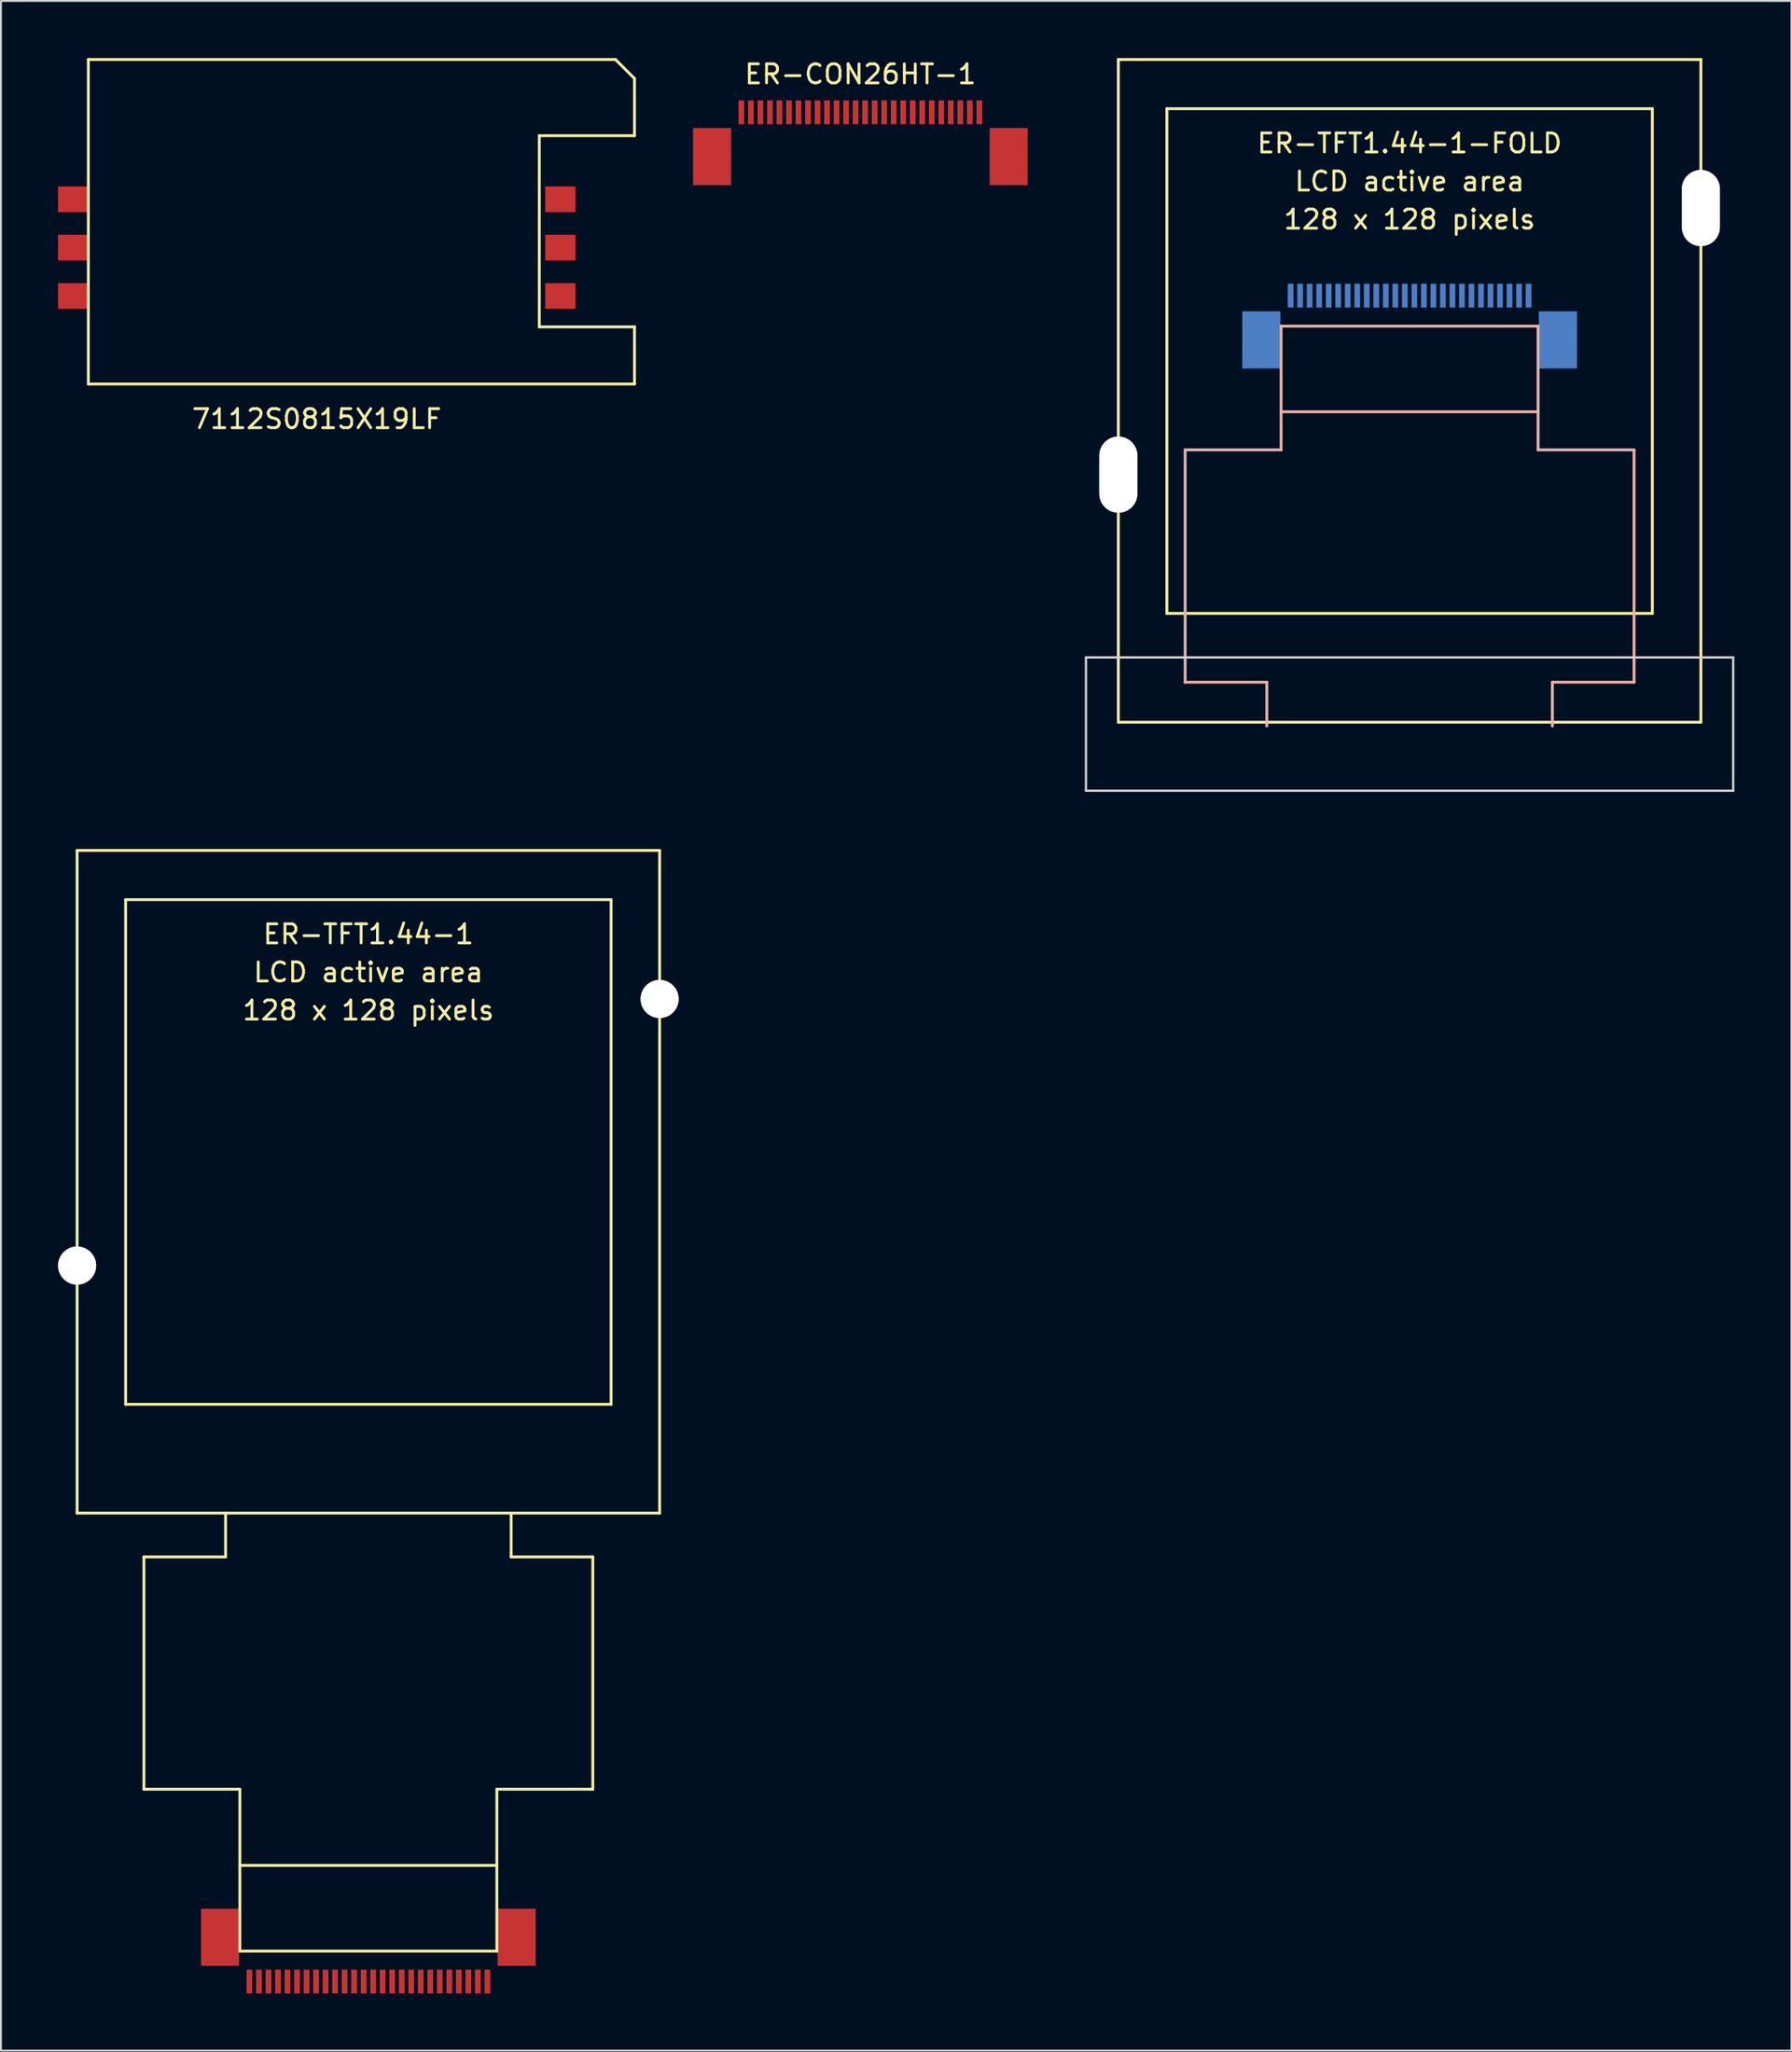
<source format=kicad_pcb>
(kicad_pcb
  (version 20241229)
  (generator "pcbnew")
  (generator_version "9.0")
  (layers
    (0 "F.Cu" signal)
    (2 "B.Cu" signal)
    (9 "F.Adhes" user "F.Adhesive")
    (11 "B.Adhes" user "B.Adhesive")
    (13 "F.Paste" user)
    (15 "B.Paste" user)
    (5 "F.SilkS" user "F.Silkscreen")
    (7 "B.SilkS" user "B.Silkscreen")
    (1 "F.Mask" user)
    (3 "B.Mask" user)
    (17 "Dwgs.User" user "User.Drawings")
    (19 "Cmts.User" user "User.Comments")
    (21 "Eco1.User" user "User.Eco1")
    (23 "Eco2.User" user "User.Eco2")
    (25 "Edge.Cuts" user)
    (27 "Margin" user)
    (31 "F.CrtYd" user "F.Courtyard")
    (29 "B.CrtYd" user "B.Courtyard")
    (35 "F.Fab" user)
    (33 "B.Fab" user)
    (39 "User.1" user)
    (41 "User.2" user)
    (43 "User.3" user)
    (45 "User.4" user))
  (footprint "ER-TFT1.44-1"
    (layer "F.Cu")
    (at 16.3 59.01)
    (property "Reference" "ER-TFT1.44-1" (at 0 -13 0) (layer "F.SilkS") (effects (font (size 1 1) (thickness 0.15))))
    (attr through_hole)
    (fp_line (start -15.3 -17.4) (end -15.3 17.4) (stroke (width 0.15) (type solid)) (layer "F.SilkS"))
    (fp_line (start -15.3 -17.4) (end 15.3 -17.4) (stroke (width 0.15) (type solid)) (layer "F.SilkS"))
    (fp_line (start -15.3 17.4) (end 15.3 17.4) (stroke (width 0.15) (type solid)) (layer "F.SilkS"))
    (fp_line (start -12.75 -14.815) (end -12.75 11.685) (stroke (width 0.15) (type solid)) (layer "F.SilkS"))
    (fp_line (start -12.75 -14.815) (end 12.75 -14.815) (stroke (width 0.15) (type solid)) (layer "F.SilkS"))
    (fp_line (start -12.75 11.685) (end 12.75 11.685) (stroke (width 0.15) (type solid)) (layer "F.SilkS"))
    (fp_line (start -11.79 19.7) (end -11.79 31.9) (stroke (width 0.15) (type solid)) (layer "F.SilkS"))
    (fp_line (start -11.79 19.7) (end -7.5 19.7) (stroke (width 0.15) (type solid)) (layer "F.SilkS"))
    (fp_line (start -11.79 31.9) (end -6.75 31.9) (stroke (width 0.15) (type solid)) (layer "F.SilkS"))
    (fp_line (start -7.5 17.4) (end -7.5 19.7) (stroke (width 0.15) (type solid)) (layer "F.SilkS"))
    (fp_line (start -6.75 31.9) (end -6.75 40.4) (stroke (width 0.15) (type solid)) (layer "F.SilkS"))
    (fp_line (start -6.75 35.9) (end 6.75 35.9) (stroke (width 0.15) (type solid)) (layer "F.SilkS"))
    (fp_line (start -6.75 40.4) (end 6.75 40.4) (stroke (width 0.15) (type solid)) (layer "F.SilkS"))
    (fp_line (start 6.75 31.9) (end 6.75 40.4) (stroke (width 0.15) (type solid)) (layer "F.SilkS"))
    (fp_line (start 6.75 31.9) (end 11.79 31.9) (stroke (width 0.15) (type solid)) (layer "F.SilkS"))
    (fp_line (start 7.5 17.4) (end 7.5 19.7) (stroke (width 0.15) (type solid)) (layer "F.SilkS"))
    (fp_line (start 7.5 19.7) (end 11.79 19.7) (stroke (width 0.15) (type solid)) (layer "F.SilkS"))
    (fp_line (start 11.79 19.7) (end 11.79 31.9) (stroke (width 0.15) (type solid)) (layer "F.SilkS"))
    (fp_line (start 12.75 -14.815) (end 12.75 11.685) (stroke (width 0.15) (type solid)) (layer "F.SilkS"))
    (fp_line (start 15.3 -17.4) (end 15.3 17.4) (stroke (width 0.15) (type solid)) (layer "F.SilkS"))
    (fp_text user "128 x 128 pixels" (at 0 -9 0) (layer "F.SilkS") (effects (font (size 1 1) (thickness 0.15))))
    (fp_text user "LCD active area" (at 0 -11 0) (layer "F.SilkS") (effects (font (size 1 1) (thickness 0.15))))
    (pad "" thru_hole circle (at -15.3 4.4) (size 2 2) (drill 2) (layers "*.Cu" "*.Mask"))
    (pad "" smd rect (at -7.79 39.675) (size 2 3) (layers "F.Cu" "F.Mask" "F.Paste"))
    (pad "" smd rect (at 7.79 39.675) (size 2 3) (layers "F.Cu" "F.Mask" "F.Paste"))
    (pad "" thru_hole circle (at 15.3 -9.6) (size 2 2) (drill 2) (layers "*.Cu" "*.Mask"))
    (pad "1" smd rect (at -6.25 42) (size 0.3 1.25) (layers "F.Cu" "F.Mask" "F.Paste"))
    (pad "2" smd rect (at -5.75 42) (size 0.3 1.25) (layers "F.Cu" "F.Mask" "F.Paste"))
    (pad "3" smd rect (at -5.25 42) (size 0.3 1.25) (layers "F.Cu" "F.Mask" "F.Paste"))
    (pad "4" smd rect (at -4.75 42) (size 0.3 1.25) (layers "F.Cu" "F.Mask" "F.Paste"))
    (pad "5" smd rect (at -4.25 42) (size 0.3 1.25) (layers "F.Cu" "F.Mask" "F.Paste"))
    (pad "6" smd rect (at -3.75 42) (size 0.3 1.25) (layers "F.Cu" "F.Mask" "F.Paste"))
    (pad "7" smd rect (at -3.25 42) (size 0.3 1.25) (layers "F.Cu" "F.Mask" "F.Paste"))
    (pad "8" smd rect (at -2.75 42) (size 0.3 1.25) (layers "F.Cu" "F.Mask" "F.Paste"))
    (pad "9" smd rect (at -2.25 42) (size 0.3 1.25) (layers "F.Cu" "F.Mask" "F.Paste"))
    (pad "10" smd rect (at -1.75 42) (size 0.3 1.25) (layers "F.Cu" "F.Mask" "F.Paste"))
    (pad "11" smd rect (at -1.25 42) (size 0.3 1.25) (layers "F.Cu" "F.Mask" "F.Paste"))
    (pad "12" smd rect (at -0.75 42) (size 0.3 1.25) (layers "F.Cu" "F.Mask" "F.Paste"))
    (pad "13" smd rect (at -0.25 42) (size 0.3 1.25) (layers "F.Cu" "F.Mask" "F.Paste"))
    (pad "14" smd rect (at 0.25 42) (size 0.3 1.25) (layers "F.Cu" "F.Mask" "F.Paste"))
    (pad "15" smd rect (at 0.75 42) (size 0.3 1.25) (layers "F.Cu" "F.Mask" "F.Paste"))
    (pad "16" smd rect (at 1.25 42) (size 0.3 1.25) (layers "F.Cu" "F.Mask" "F.Paste"))
    (pad "17" smd rect (at 1.75 42) (size 0.3 1.25) (layers "F.Cu" "F.Mask" "F.Paste"))
    (pad "18" smd rect (at 2.25 42) (size 0.3 1.25) (layers "F.Cu" "F.Mask" "F.Paste"))
    (pad "19" smd rect (at 2.75 42) (size 0.3 1.25) (layers "F.Cu" "F.Mask" "F.Paste"))
    (pad "20" smd rect (at 3.25 42) (size 0.3 1.25) (layers "F.Cu" "F.Mask" "F.Paste"))
    (pad "21" smd rect (at 3.75 42) (size 0.3 1.25) (layers "F.Cu" "F.Mask" "F.Paste"))
    (pad "22" smd rect (at 4.25 42) (size 0.3 1.25) (layers "F.Cu" "F.Mask" "F.Paste"))
    (pad "23" smd rect (at 4.75 42) (size 0.3 1.25) (layers "F.Cu" "F.Mask" "F.Paste"))
    (pad "24" smd rect (at 5.25 42) (size 0.3 1.25) (layers "F.Cu" "F.Mask" "F.Paste"))
    (pad "25" smd rect (at 5.75 42) (size 0.3 1.25) (layers "F.Cu" "F.Mask" "F.Paste"))
    (pad "26" smd rect (at 6.25 42) (size 0.3 1.25) (layers "F.Cu" "F.Mask" "F.Paste")))
  (footprint "ER-TFT1.44-1-FOLD"
    (layer "F.Cu")
    (at 70.995 17.475)
    (property "Reference" "ER-TFT1.44-1-FOLD" (at 0 -13 0) (layer "F.SilkS") (effects (font (size 1 1) (thickness 0.15))))
    (attr through_hole)
    (fp_line (start -15.3 -17.4) (end -15.3 17.4) (stroke (width 0.15) (type solid)) (layer "F.SilkS"))
    (fp_line (start -15.3 -17.4) (end 15.3 -17.4) (stroke (width 0.15) (type solid)) (layer "F.SilkS"))
    (fp_line (start -15.3 17.4) (end 15.3 17.4) (stroke (width 0.15) (type solid)) (layer "F.SilkS"))
    (fp_line (start -12.75 -14.815) (end -12.75 11.685) (stroke (width 0.15) (type solid)) (layer "F.SilkS"))
    (fp_line (start -12.75 -14.815) (end 12.75 -14.815) (stroke (width 0.15) (type solid)) (layer "F.SilkS"))
    (fp_line (start -12.75 11.685) (end 12.75 11.685) (stroke (width 0.15) (type solid)) (layer "F.SilkS"))
    (fp_line (start 12.75 -14.815) (end 12.75 11.685) (stroke (width 0.15) (type solid)) (layer "F.SilkS"))
    (fp_line (start 15.3 -17.4) (end 15.3 17.4) (stroke (width 0.15) (type solid)) (layer "F.SilkS"))
    (fp_line (start -11.79 3.1) (end -6.75 3.1) (stroke (width 0.15) (type solid)) (layer "B.SilkS"))
    (fp_line (start -11.79 15.3) (end -11.79 3.1) (stroke (width 0.15) (type solid)) (layer "B.SilkS"))
    (fp_line (start -11.79 15.3) (end -7.5 15.3) (stroke (width 0.15) (type solid)) (layer "B.SilkS"))
    (fp_line (start -7.5 17.6) (end -7.5 15.3) (stroke (width 0.15) (type solid)) (layer "B.SilkS"))
    (fp_line (start -6.75 -3.4) (end 6.75 -3.4) (stroke (width 0.15) (type solid)) (layer "B.SilkS"))
    (fp_line (start -6.75 1.1) (end 6.75 1.1) (stroke (width 0.15) (type solid)) (layer "B.SilkS"))
    (fp_line (start -6.75 3.1) (end -6.75 -3.4) (stroke (width 0.15) (type solid)) (layer "B.SilkS"))
    (fp_line (start 6.75 3.1) (end 6.75 -3.4) (stroke (width 0.15) (type solid)) (layer "B.SilkS"))
    (fp_line (start 6.75 3.1) (end 11.79 3.1) (stroke (width 0.15) (type solid)) (layer "B.SilkS"))
    (fp_line (start 7.5 15.3) (end 11.79 15.3) (stroke (width 0.15) (type solid)) (layer "B.SilkS"))
    (fp_line (start 7.5 17.6) (end 7.5 15.3) (stroke (width 0.15) (type solid)) (layer "B.SilkS"))
    (fp_line (start 11.79 15.3) (end 11.79 3.1) (stroke (width 0.15) (type solid)) (layer "B.SilkS"))
    (fp_line (start -17 14) (end -17 21) (stroke (width 0.12) (type solid)) (layer "Edge.Cuts"))
    (fp_line (start -17 21) (end 17 21) (stroke (width 0.12) (type solid)) (layer "Edge.Cuts"))
    (fp_line (start 17 14) (end -17 14) (stroke (width 0.12) (type solid)) (layer "Edge.Cuts"))
    (fp_line (start 17 21) (end 17 14) (stroke (width 0.12) (type solid)) (layer "Edge.Cuts"))
    (fp_text user "LCD active area" (at 0 -11 0) (layer "F.SilkS") (effects (font (size 1 1) (thickness 0.15))))
    (fp_text user "128 x 128 pixels" (at 0 -9 0) (layer "F.SilkS") (effects (font (size 1 1) (thickness 0.15))))
    (pad "" thru_hole oval (at -15.3 4.4) (size 2 4) (drill oval 2 4) (layers "*.Cu" "*.Mask"))
    (pad "" smd rect (at -7.79 -2.675) (size 2 3) (layers "B.Cu" "B.Mask" "B.Paste"))
    (pad "" smd rect (at 7.79 -2.675) (size 2 3) (layers "B.Cu" "B.Mask" "B.Paste"))
    (pad "" thru_hole oval (at 15.3 -9.6) (size 2 4) (drill oval 2 4) (layers "*.Cu" "*.Mask"))
    (pad "1" smd rect (at -6.25 -5) (size 0.3 1.25) (layers "B.Cu" "B.Mask" "B.Paste"))
    (pad "2" smd rect (at -5.75 -5) (size 0.3 1.25) (layers "B.Cu" "B.Mask" "B.Paste"))
    (pad "3" smd rect (at -5.25 -5) (size 0.3 1.25) (layers "B.Cu" "B.Mask" "B.Paste"))
    (pad "4" smd rect (at -4.75 -5) (size 0.3 1.25) (layers "B.Cu" "B.Mask" "B.Paste"))
    (pad "5" smd rect (at -4.25 -5) (size 0.3 1.25) (layers "B.Cu" "B.Mask" "B.Paste"))
    (pad "6" smd rect (at -3.75 -5) (size 0.3 1.25) (layers "B.Cu" "B.Mask" "B.Paste"))
    (pad "7" smd rect (at -3.25 -5) (size 0.3 1.25) (layers "B.Cu" "B.Mask" "B.Paste"))
    (pad "8" smd rect (at -2.75 -5) (size 0.3 1.25) (layers "B.Cu" "B.Mask" "B.Paste"))
    (pad "9" smd rect (at -2.25 -5) (size 0.3 1.25) (layers "B.Cu" "B.Mask" "B.Paste"))
    (pad "10" smd rect (at -1.75 -5) (size 0.3 1.25) (layers "B.Cu" "B.Mask" "B.Paste"))
    (pad "11" smd rect (at -1.25 -5) (size 0.3 1.25) (layers "B.Cu" "B.Mask" "B.Paste"))
    (pad "12" smd rect (at -0.75 -5) (size 0.3 1.25) (layers "B.Cu" "B.Mask" "B.Paste"))
    (pad "13" smd rect (at -0.25 -5) (size 0.3 1.25) (layers "B.Cu" "B.Mask" "B.Paste"))
    (pad "14" smd rect (at 0.25 -5) (size 0.3 1.25) (layers "B.Cu" "B.Mask" "B.Paste"))
    (pad "15" smd rect (at 0.75 -5) (size 0.3 1.25) (layers "B.Cu" "B.Mask" "B.Paste"))
    (pad "16" smd rect (at 1.25 -5) (size 0.3 1.25) (layers "B.Cu" "B.Mask" "B.Paste"))
    (pad "17" smd rect (at 1.75 -5) (size 0.3 1.25) (layers "B.Cu" "B.Mask" "B.Paste"))
    (pad "18" smd rect (at 2.25 -5) (size 0.3 1.25) (layers "B.Cu" "B.Mask" "B.Paste"))
    (pad "19" smd rect (at 2.75 -5) (size 0.3 1.25) (layers "B.Cu" "B.Mask" "B.Paste"))
    (pad "20" smd rect (at 3.25 -5) (size 0.3 1.25) (layers "B.Cu" "B.Mask" "B.Paste"))
    (pad "21" smd rect (at 3.75 -5) (size 0.3 1.25) (layers "B.Cu" "B.Mask" "B.Paste"))
    (pad "22" smd rect (at 4.25 -5) (size 0.3 1.25) (layers "B.Cu" "B.Mask" "B.Paste"))
    (pad "23" smd rect (at 4.75 -5) (size 0.3 1.25) (layers "B.Cu" "B.Mask" "B.Paste"))
    (pad "24" smd rect (at 5.25 -5) (size 0.3 1.25) (layers "B.Cu" "B.Mask" "B.Paste"))
    (pad "25" smd rect (at 5.75 -5) (size 0.3 1.25) (layers "B.Cu" "B.Mask" "B.Paste"))
    (pad "26" smd rect (at 6.25 -5) (size 0.3 1.25) (layers "B.Cu" "B.Mask" "B.Paste")))
  (footprint "7112S0815X19LF"
    (layer "F.Cu")
    (at 13.59 9.955)
    (property "Reference" "7112S0815X19LF" (at 0 9 0) (layer "F.SilkS") (effects (font (size 1 1) (thickness 0.15))))
    (attr through_hole)
    (fp_line (start -12 -9.88) (end -12 7.16) (stroke (width 0.15) (type solid)) (layer "F.SilkS"))
    (fp_line (start -12 -9.88) (end 15.69 -9.88) (stroke (width 0.15) (type solid)) (layer "F.SilkS"))
    (fp_line (start -12 7.16) (end 16.69 7.16) (stroke (width 0.15) (type solid)) (layer "F.SilkS"))
    (fp_line (start 11.69 4.16) (end 11.69 -5.88) (stroke (width 0.15) (type solid)) (layer "F.SilkS"))
    (fp_line (start 11.69 4.16) (end 16.69 4.16) (stroke (width 0.15) (type solid)) (layer "F.SilkS"))
    (fp_line (start 16.69 -8.88) (end 15.69 -9.88) (stroke (width 0.15) (type solid)) (layer "F.SilkS"))
    (fp_line (start 16.69 -8.88) (end 16.69 -5.88) (stroke (width 0.15) (type solid)) (layer "F.SilkS"))
    (fp_line (start 16.69 -5.88) (end 11.69 -5.88) (stroke (width 0.15) (type solid)) (layer "F.SilkS"))
    (fp_line (start 16.69 4.16) (end 16.69 7.16) (stroke (width 0.15) (type solid)) (layer "F.SilkS"))
    (pad "1" smd rect (at -12.795 2.54) (size 1.59 1.35) (layers "F.Cu" "F.Mask" "F.Paste"))
    (pad "2" smd rect (at -12.795 0) (size 1.59 1.35) (layers "F.Cu" "F.Mask" "F.Paste"))
    (pad "3" smd rect (at -12.795 -2.54) (size 1.59 1.35) (layers "F.Cu" "F.Mask" "F.Paste"))
    (pad "5" smd rect (at 12.795 2.54) (size 1.59 1.35) (layers "F.Cu" "F.Mask" "F.Paste"))
    (pad "6" smd rect (at 12.795 0) (size 1.59 1.35) (layers "F.Cu" "F.Mask" "F.Paste"))
    (pad "7" smd rect (at 12.795 -2.54) (size 1.59 1.35) (layers "F.Cu" "F.Mask" "F.Paste")))
  (footprint "ER-CON26HT-1"
    (layer "F.Cu")
    (at 42.145 2.848)
    (property "Reference" "ER-CON26HT-1" (at 0 -2 0) (layer "F.SilkS") (effects (font (size 1 1) (thickness 0.15))))
    (attr through_hole)
    (pad "" smd rect (at -7.79 2.325) (size 2 3) (layers "F.Cu" "F.Mask" "F.Paste"))
    (pad "" smd rect (at 7.79 2.325) (size 2 3) (layers "F.Cu" "F.Mask" "F.Paste"))
    (pad "1" smd rect (at -6.25 0) (size 0.3 1.25) (layers "F.Cu" "F.Mask" "F.Paste"))
    (pad "2" smd rect (at -5.75 0) (size 0.3 1.25) (layers "F.Cu" "F.Mask" "F.Paste"))
    (pad "3" smd rect (at -5.25 0) (size 0.3 1.25) (layers "F.Cu" "F.Mask" "F.Paste"))
    (pad "4" smd rect (at -4.75 0) (size 0.3 1.25) (layers "F.Cu" "F.Mask" "F.Paste"))
    (pad "5" smd rect (at -4.25 0) (size 0.3 1.25) (layers "F.Cu" "F.Mask" "F.Paste"))
    (pad "6" smd rect (at -3.75 0) (size 0.3 1.25) (layers "F.Cu" "F.Mask" "F.Paste"))
    (pad "7" smd rect (at -3.25 0) (size 0.3 1.25) (layers "F.Cu" "F.Mask" "F.Paste"))
    (pad "8" smd rect (at -2.75 0) (size 0.3 1.25) (layers "F.Cu" "F.Mask" "F.Paste"))
    (pad "9" smd rect (at -2.25 0) (size 0.3 1.25) (layers "F.Cu" "F.Mask" "F.Paste"))
    (pad "10" smd rect (at -1.75 0) (size 0.3 1.25) (layers "F.Cu" "F.Mask" "F.Paste"))
    (pad "11" smd rect (at -1.25 0) (size 0.3 1.25) (layers "F.Cu" "F.Mask" "F.Paste"))
    (pad "12" smd rect (at -0.75 0) (size 0.3 1.25) (layers "F.Cu" "F.Mask" "F.Paste"))
    (pad "13" smd rect (at -0.25 0) (size 0.3 1.25) (layers "F.Cu" "F.Mask" "F.Paste"))
    (pad "14" smd rect (at 0.25 0) (size 0.3 1.25) (layers "F.Cu" "F.Mask" "F.Paste"))
    (pad "15" smd rect (at 0.75 0) (size 0.3 1.25) (layers "F.Cu" "F.Mask" "F.Paste"))
    (pad "16" smd rect (at 1.25 0) (size 0.3 1.25) (layers "F.Cu" "F.Mask" "F.Paste"))
    (pad "17" smd rect (at 1.75 0) (size 0.3 1.25) (layers "F.Cu" "F.Mask" "F.Paste"))
    (pad "18" smd rect (at 2.25 0) (size 0.3 1.25) (layers "F.Cu" "F.Mask" "F.Paste"))
    (pad "19" smd rect (at 2.75 0) (size 0.3 1.25) (layers "F.Cu" "F.Mask" "F.Paste"))
    (pad "20" smd rect (at 3.25 0) (size 0.3 1.25) (layers "F.Cu" "F.Mask" "F.Paste"))
    (pad "21" smd rect (at 3.75 0) (size 0.3 1.25) (layers "F.Cu" "F.Mask" "F.Paste"))
    (pad "22" smd rect (at 4.25 0) (size 0.3 1.25) (layers "F.Cu" "F.Mask" "F.Paste"))
    (pad "23" smd rect (at 4.75 0) (size 0.3 1.25) (layers "F.Cu" "F.Mask" "F.Paste"))
    (pad "24" smd rect (at 5.25 0) (size 0.3 1.25) (layers "F.Cu" "F.Mask" "F.Paste"))
    (pad "25" smd rect (at 5.75 0) (size 0.3 1.25) (layers "F.Cu" "F.Mask" "F.Paste"))
    (pad "26" smd rect (at 6.25 0) (size 0.3 1.25) (layers "F.Cu" "F.Mask" "F.Paste")))
  (gr_rect
    (start -3 -3)
    (end 91.055 104.635)
    (stroke (width 0.1) (type default))
    (fill no)
    (layer "Edge.Cuts")))
</source>
